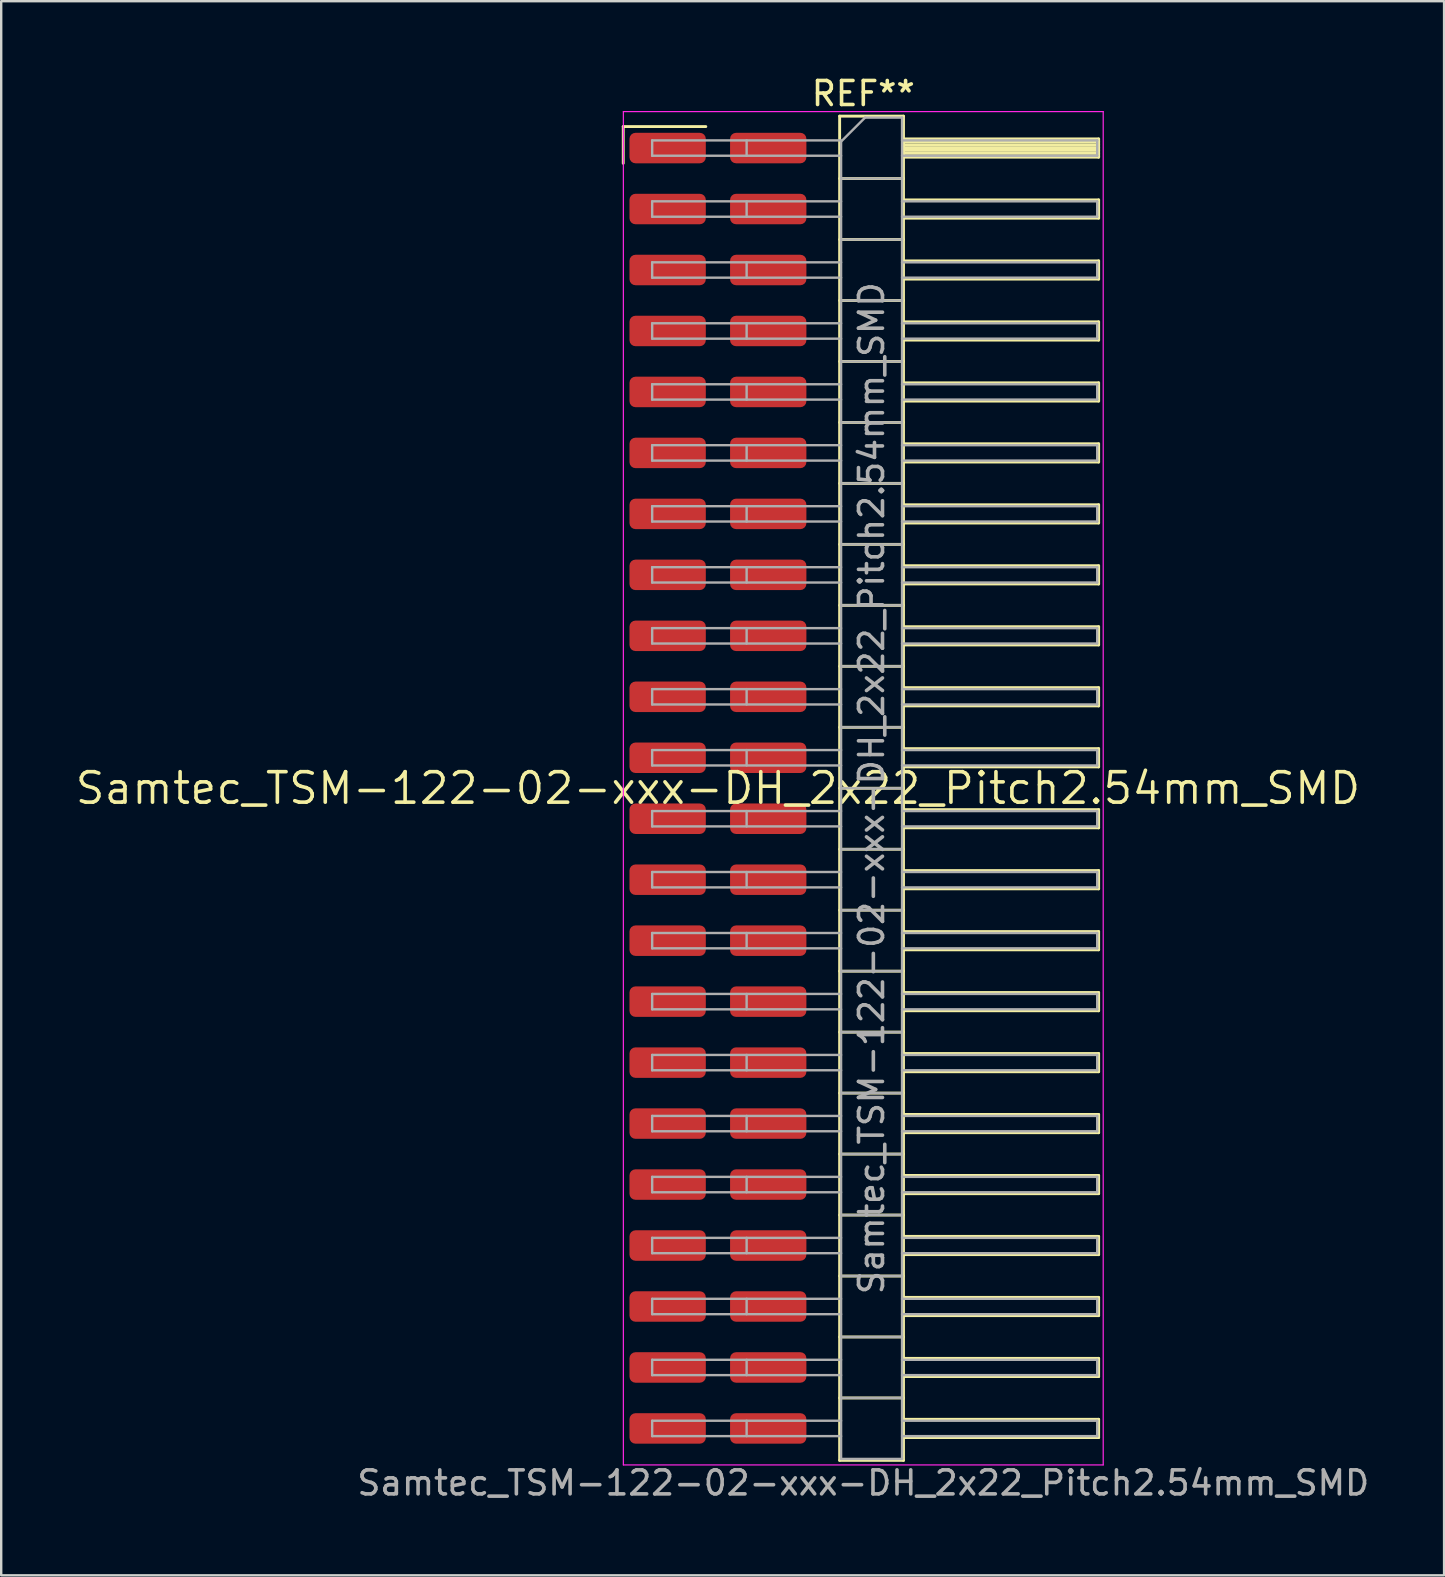
<source format=kicad_pcb>
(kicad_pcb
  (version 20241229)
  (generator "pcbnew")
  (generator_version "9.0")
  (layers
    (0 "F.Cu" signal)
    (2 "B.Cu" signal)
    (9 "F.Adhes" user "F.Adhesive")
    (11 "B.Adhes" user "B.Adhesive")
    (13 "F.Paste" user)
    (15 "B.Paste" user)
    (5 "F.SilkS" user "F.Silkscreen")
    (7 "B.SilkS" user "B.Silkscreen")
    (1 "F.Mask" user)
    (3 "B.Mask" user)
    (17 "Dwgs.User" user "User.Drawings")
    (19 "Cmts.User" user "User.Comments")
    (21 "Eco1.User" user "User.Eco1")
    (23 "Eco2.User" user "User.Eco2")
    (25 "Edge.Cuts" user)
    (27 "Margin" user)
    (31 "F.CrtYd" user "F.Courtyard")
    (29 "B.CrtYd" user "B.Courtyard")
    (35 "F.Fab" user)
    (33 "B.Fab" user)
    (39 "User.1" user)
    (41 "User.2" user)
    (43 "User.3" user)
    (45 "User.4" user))
  (footprint "Samtec_TSM-122-02-xxx-DH_2x22_Pitch2.54mm_SMD"
    (layer "F.Cu")
    (at 26.859 29.788)
    (property "Reference" "Samtec_TSM-122-02-xxx-DH_2x22_Pitch2.54mm_SMD" (at 0 0 0) (layer "F.SilkS") (effects (font (size 1.27 1.27) (thickness 0.15))))
    (attr smd)
    (fp_line (start -3.945 -27.565) (end -0.505 -27.565) (stroke (width 0.12) (type solid)) (layer "F.SilkS"))
    (fp_line (start -3.945 -26.035) (end -3.945 -27.565) (stroke (width 0.12) (type solid)) (layer "F.SilkS"))
    (fp_line (start 5.07 -28) (end 7.73 -28) (stroke (width 0.12) (type solid)) (layer "F.SilkS"))
    (fp_line (start 5.07 -25.4) (end 7.73 -25.4) (stroke (width 0.12) (type solid)) (layer "F.SilkS"))
    (fp_line (start 5.07 -22.86) (end 7.73 -22.86) (stroke (width 0.12) (type solid)) (layer "F.SilkS"))
    (fp_line (start 5.07 -20.32) (end 7.73 -20.32) (stroke (width 0.12) (type solid)) (layer "F.SilkS"))
    (fp_line (start 5.07 -17.78) (end 7.73 -17.78) (stroke (width 0.12) (type solid)) (layer "F.SilkS"))
    (fp_line (start 5.07 -15.24) (end 7.73 -15.24) (stroke (width 0.12) (type solid)) (layer "F.SilkS"))
    (fp_line (start 5.07 -12.7) (end 7.73 -12.7) (stroke (width 0.12) (type solid)) (layer "F.SilkS"))
    (fp_line (start 5.07 -10.16) (end 7.73 -10.16) (stroke (width 0.12) (type solid)) (layer "F.SilkS"))
    (fp_line (start 5.07 -7.62) (end 7.73 -7.62) (stroke (width 0.12) (type solid)) (layer "F.SilkS"))
    (fp_line (start 5.07 -5.08) (end 7.73 -5.08) (stroke (width 0.12) (type solid)) (layer "F.SilkS"))
    (fp_line (start 5.07 -2.54) (end 7.73 -2.54) (stroke (width 0.12) (type solid)) (layer "F.SilkS"))
    (fp_line (start 5.07 0) (end 7.73 0) (stroke (width 0.12) (type solid)) (layer "F.SilkS"))
    (fp_line (start 5.07 2.54) (end 7.73 2.54) (stroke (width 0.12) (type solid)) (layer "F.SilkS"))
    (fp_line (start 5.07 5.08) (end 7.73 5.08) (stroke (width 0.12) (type solid)) (layer "F.SilkS"))
    (fp_line (start 5.07 7.62) (end 7.73 7.62) (stroke (width 0.12) (type solid)) (layer "F.SilkS"))
    (fp_line (start 5.07 10.16) (end 7.73 10.16) (stroke (width 0.12) (type solid)) (layer "F.SilkS"))
    (fp_line (start 5.07 12.7) (end 7.73 12.7) (stroke (width 0.12) (type solid)) (layer "F.SilkS"))
    (fp_line (start 5.07 15.24) (end 7.73 15.24) (stroke (width 0.12) (type solid)) (layer "F.SilkS"))
    (fp_line (start 5.07 17.78) (end 7.73 17.78) (stroke (width 0.12) (type solid)) (layer "F.SilkS"))
    (fp_line (start 5.07 20.32) (end 7.73 20.32) (stroke (width 0.12) (type solid)) (layer "F.SilkS"))
    (fp_line (start 5.07 22.86) (end 7.73 22.86) (stroke (width 0.12) (type solid)) (layer "F.SilkS"))
    (fp_line (start 5.07 25.4) (end 7.73 25.4) (stroke (width 0.12) (type solid)) (layer "F.SilkS"))
    (fp_line (start 5.07 28) (end 5.07 -28) (stroke (width 0.12) (type solid)) (layer "F.SilkS"))
    (fp_line (start 7.73 -28) (end 7.73 28) (stroke (width 0.12) (type solid)) (layer "F.SilkS"))
    (fp_line (start 7.73 -27.05) (end 15.86 -27.05) (stroke (width 0.12) (type solid)) (layer "F.SilkS"))
    (fp_line (start 7.73 -26.93) (end 15.86 -26.93) (stroke (width 0.12) (type solid)) (layer "F.SilkS"))
    (fp_line (start 7.73 -26.81) (end 15.86 -26.81) (stroke (width 0.12) (type solid)) (layer "F.SilkS"))
    (fp_line (start 7.73 -26.69) (end 15.86 -26.69) (stroke (width 0.12) (type solid)) (layer "F.SilkS"))
    (fp_line (start 7.73 -26.57) (end 15.86 -26.57) (stroke (width 0.12) (type solid)) (layer "F.SilkS"))
    (fp_line (start 7.73 -26.45) (end 15.86 -26.45) (stroke (width 0.12) (type solid)) (layer "F.SilkS"))
    (fp_line (start 7.73 -26.33) (end 15.86 -26.33) (stroke (width 0.12) (type solid)) (layer "F.SilkS"))
    (fp_line (start 7.73 -26.29) (end 15.86 -26.29) (stroke (width 0.12) (type solid)) (layer "F.SilkS"))
    (fp_line (start 7.73 -24.51) (end 15.86 -24.51) (stroke (width 0.12) (type solid)) (layer "F.SilkS"))
    (fp_line (start 7.73 -23.75) (end 15.86 -23.75) (stroke (width 0.12) (type solid)) (layer "F.SilkS"))
    (fp_line (start 7.73 -21.97) (end 15.86 -21.97) (stroke (width 0.12) (type solid)) (layer "F.SilkS"))
    (fp_line (start 7.73 -21.21) (end 15.86 -21.21) (stroke (width 0.12) (type solid)) (layer "F.SilkS"))
    (fp_line (start 7.73 -19.43) (end 15.86 -19.43) (stroke (width 0.12) (type solid)) (layer "F.SilkS"))
    (fp_line (start 7.73 -18.67) (end 15.86 -18.67) (stroke (width 0.12) (type solid)) (layer "F.SilkS"))
    (fp_line (start 7.73 -16.89) (end 15.86 -16.89) (stroke (width 0.12) (type solid)) (layer "F.SilkS"))
    (fp_line (start 7.73 -16.13) (end 15.86 -16.13) (stroke (width 0.12) (type solid)) (layer "F.SilkS"))
    (fp_line (start 7.73 -14.35) (end 15.86 -14.35) (stroke (width 0.12) (type solid)) (layer "F.SilkS"))
    (fp_line (start 7.73 -13.59) (end 15.86 -13.59) (stroke (width 0.12) (type solid)) (layer "F.SilkS"))
    (fp_line (start 7.73 -11.81) (end 15.86 -11.81) (stroke (width 0.12) (type solid)) (layer "F.SilkS"))
    (fp_line (start 7.73 -11.05) (end 15.86 -11.05) (stroke (width 0.12) (type solid)) (layer "F.SilkS"))
    (fp_line (start 7.73 -9.27) (end 15.86 -9.27) (stroke (width 0.12) (type solid)) (layer "F.SilkS"))
    (fp_line (start 7.73 -8.51) (end 15.86 -8.51) (stroke (width 0.12) (type solid)) (layer "F.SilkS"))
    (fp_line (start 7.73 -6.73) (end 15.86 -6.73) (stroke (width 0.12) (type solid)) (layer "F.SilkS"))
    (fp_line (start 7.73 -5.97) (end 15.86 -5.97) (stroke (width 0.12) (type solid)) (layer "F.SilkS"))
    (fp_line (start 7.73 -4.19) (end 15.86 -4.19) (stroke (width 0.12) (type solid)) (layer "F.SilkS"))
    (fp_line (start 7.73 -3.43) (end 15.86 -3.43) (stroke (width 0.12) (type solid)) (layer "F.SilkS"))
    (fp_line (start 7.73 -1.65) (end 15.86 -1.65) (stroke (width 0.12) (type solid)) (layer "F.SilkS"))
    (fp_line (start 7.73 -0.89) (end 15.86 -0.89) (stroke (width 0.12) (type solid)) (layer "F.SilkS"))
    (fp_line (start 7.73 0.89) (end 15.86 0.89) (stroke (width 0.12) (type solid)) (layer "F.SilkS"))
    (fp_line (start 7.73 1.65) (end 15.86 1.65) (stroke (width 0.12) (type solid)) (layer "F.SilkS"))
    (fp_line (start 7.73 3.43) (end 15.86 3.43) (stroke (width 0.12) (type solid)) (layer "F.SilkS"))
    (fp_line (start 7.73 4.19) (end 15.86 4.19) (stroke (width 0.12) (type solid)) (layer "F.SilkS"))
    (fp_line (start 7.73 5.97) (end 15.86 5.97) (stroke (width 0.12) (type solid)) (layer "F.SilkS"))
    (fp_line (start 7.73 6.73) (end 15.86 6.73) (stroke (width 0.12) (type solid)) (layer "F.SilkS"))
    (fp_line (start 7.73 8.51) (end 15.86 8.51) (stroke (width 0.12) (type solid)) (layer "F.SilkS"))
    (fp_line (start 7.73 9.27) (end 15.86 9.27) (stroke (width 0.12) (type solid)) (layer "F.SilkS"))
    (fp_line (start 7.73 11.05) (end 15.86 11.05) (stroke (width 0.12) (type solid)) (layer "F.SilkS"))
    (fp_line (start 7.73 11.81) (end 15.86 11.81) (stroke (width 0.12) (type solid)) (layer "F.SilkS"))
    (fp_line (start 7.73 13.59) (end 15.86 13.59) (stroke (width 0.12) (type solid)) (layer "F.SilkS"))
    (fp_line (start 7.73 14.35) (end 15.86 14.35) (stroke (width 0.12) (type solid)) (layer "F.SilkS"))
    (fp_line (start 7.73 16.13) (end 15.86 16.13) (stroke (width 0.12) (type solid)) (layer "F.SilkS"))
    (fp_line (start 7.73 16.89) (end 15.86 16.89) (stroke (width 0.12) (type solid)) (layer "F.SilkS"))
    (fp_line (start 7.73 18.67) (end 15.86 18.67) (stroke (width 0.12) (type solid)) (layer "F.SilkS"))
    (fp_line (start 7.73 19.43) (end 15.86 19.43) (stroke (width 0.12) (type solid)) (layer "F.SilkS"))
    (fp_line (start 7.73 21.21) (end 15.86 21.21) (stroke (width 0.12) (type solid)) (layer "F.SilkS"))
    (fp_line (start 7.73 21.97) (end 15.86 21.97) (stroke (width 0.12) (type solid)) (layer "F.SilkS"))
    (fp_line (start 7.73 23.75) (end 15.86 23.75) (stroke (width 0.12) (type solid)) (layer "F.SilkS"))
    (fp_line (start 7.73 24.51) (end 15.86 24.51) (stroke (width 0.12) (type solid)) (layer "F.SilkS"))
    (fp_line (start 7.73 26.29) (end 15.86 26.29) (stroke (width 0.12) (type solid)) (layer "F.SilkS"))
    (fp_line (start 7.73 27.05) (end 15.86 27.05) (stroke (width 0.12) (type solid)) (layer "F.SilkS"))
    (fp_line (start 7.73 28) (end 5.07 28) (stroke (width 0.12) (type solid)) (layer "F.SilkS"))
    (fp_line (start 15.86 -27.05) (end 15.86 -26.29) (stroke (width 0.12) (type solid)) (layer "F.SilkS"))
    (fp_line (start 15.86 -24.51) (end 15.86 -23.75) (stroke (width 0.12) (type solid)) (layer "F.SilkS"))
    (fp_line (start 15.86 -21.97) (end 15.86 -21.21) (stroke (width 0.12) (type solid)) (layer "F.SilkS"))
    (fp_line (start 15.86 -19.43) (end 15.86 -18.67) (stroke (width 0.12) (type solid)) (layer "F.SilkS"))
    (fp_line (start 15.86 -16.89) (end 15.86 -16.13) (stroke (width 0.12) (type solid)) (layer "F.SilkS"))
    (fp_line (start 15.86 -14.35) (end 15.86 -13.59) (stroke (width 0.12) (type solid)) (layer "F.SilkS"))
    (fp_line (start 15.86 -11.81) (end 15.86 -11.05) (stroke (width 0.12) (type solid)) (layer "F.SilkS"))
    (fp_line (start 15.86 -9.27) (end 15.86 -8.51) (stroke (width 0.12) (type solid)) (layer "F.SilkS"))
    (fp_line (start 15.86 -6.73) (end 15.86 -5.97) (stroke (width 0.12) (type solid)) (layer "F.SilkS"))
    (fp_line (start 15.86 -4.19) (end 15.86 -3.43) (stroke (width 0.12) (type solid)) (layer "F.SilkS"))
    (fp_line (start 15.86 -1.65) (end 15.86 -0.89) (stroke (width 0.12) (type solid)) (layer "F.SilkS"))
    (fp_line (start 15.86 0.89) (end 15.86 1.65) (stroke (width 0.12) (type solid)) (layer "F.SilkS"))
    (fp_line (start 15.86 3.43) (end 15.86 4.19) (stroke (width 0.12) (type solid)) (layer "F.SilkS"))
    (fp_line (start 15.86 5.97) (end 15.86 6.73) (stroke (width 0.12) (type solid)) (layer "F.SilkS"))
    (fp_line (start 15.86 8.51) (end 15.86 9.27) (stroke (width 0.12) (type solid)) (layer "F.SilkS"))
    (fp_line (start 15.86 11.05) (end 15.86 11.81) (stroke (width 0.12) (type solid)) (layer "F.SilkS"))
    (fp_line (start 15.86 13.59) (end 15.86 14.35) (stroke (width 0.12) (type solid)) (layer "F.SilkS"))
    (fp_line (start 15.86 16.13) (end 15.86 16.89) (stroke (width 0.12) (type solid)) (layer "F.SilkS"))
    (fp_line (start 15.86 18.67) (end 15.86 19.43) (stroke (width 0.12) (type solid)) (layer "F.SilkS"))
    (fp_line (start 15.86 21.21) (end 15.86 21.97) (stroke (width 0.12) (type solid)) (layer "F.SilkS"))
    (fp_line (start 15.86 23.75) (end 15.86 24.51) (stroke (width 0.12) (type solid)) (layer "F.SilkS"))
    (fp_line (start 15.86 26.29) (end 15.86 27.05) (stroke (width 0.12) (type solid)) (layer "F.SilkS"))
    (fp_line (start -3.94 -28.19) (end 16.05 -28.19) (stroke (width 0.05) (type solid)) (layer "F.CrtYd"))
    (fp_line (start -3.94 28.19) (end -3.94 -28.19) (stroke (width 0.05) (type solid)) (layer "F.CrtYd"))
    (fp_line (start 16.05 -28.19) (end 16.05 28.19) (stroke (width 0.05) (type solid)) (layer "F.CrtYd"))
    (fp_line (start 16.05 28.19) (end -3.94 28.19) (stroke (width 0.05) (type solid)) (layer "F.CrtYd"))
    (fp_line (start -2.74 -26.99) (end -2.74 -26.35) (stroke (width 0.1) (type solid)) (layer "F.Fab"))
    (fp_line (start -2.74 -26.99) (end 5.13 -26.99) (stroke (width 0.1) (type solid)) (layer "F.Fab"))
    (fp_line (start -2.74 -26.35) (end 5.13 -26.35) (stroke (width 0.1) (type solid)) (layer "F.Fab"))
    (fp_line (start -2.74 -24.45) (end -2.74 -23.81) (stroke (width 0.1) (type solid)) (layer "F.Fab"))
    (fp_line (start -2.74 -24.45) (end 5.13 -24.45) (stroke (width 0.1) (type solid)) (layer "F.Fab"))
    (fp_line (start -2.74 -23.81) (end 5.13 -23.81) (stroke (width 0.1) (type solid)) (layer "F.Fab"))
    (fp_line (start -2.74 -21.91) (end -2.74 -21.27) (stroke (width 0.1) (type solid)) (layer "F.Fab"))
    (fp_line (start -2.74 -21.91) (end 5.13 -21.91) (stroke (width 0.1) (type solid)) (layer "F.Fab"))
    (fp_line (start -2.74 -21.27) (end 5.13 -21.27) (stroke (width 0.1) (type solid)) (layer "F.Fab"))
    (fp_line (start -2.74 -19.37) (end -2.74 -18.73) (stroke (width 0.1) (type solid)) (layer "F.Fab"))
    (fp_line (start -2.74 -19.37) (end 5.13 -19.37) (stroke (width 0.1) (type solid)) (layer "F.Fab"))
    (fp_line (start -2.74 -18.73) (end 5.13 -18.73) (stroke (width 0.1) (type solid)) (layer "F.Fab"))
    (fp_line (start -2.74 -16.83) (end -2.74 -16.19) (stroke (width 0.1) (type solid)) (layer "F.Fab"))
    (fp_line (start -2.74 -16.83) (end 5.13 -16.83) (stroke (width 0.1) (type solid)) (layer "F.Fab"))
    (fp_line (start -2.74 -16.19) (end 5.13 -16.19) (stroke (width 0.1) (type solid)) (layer "F.Fab"))
    (fp_line (start -2.74 -14.29) (end -2.74 -13.65) (stroke (width 0.1) (type solid)) (layer "F.Fab"))
    (fp_line (start -2.74 -14.29) (end 5.13 -14.29) (stroke (width 0.1) (type solid)) (layer "F.Fab"))
    (fp_line (start -2.74 -13.65) (end 5.13 -13.65) (stroke (width 0.1) (type solid)) (layer "F.Fab"))
    (fp_line (start -2.74 -11.75) (end -2.74 -11.11) (stroke (width 0.1) (type solid)) (layer "F.Fab"))
    (fp_line (start -2.74 -11.75) (end 5.13 -11.75) (stroke (width 0.1) (type solid)) (layer "F.Fab"))
    (fp_line (start -2.74 -11.11) (end 5.13 -11.11) (stroke (width 0.1) (type solid)) (layer "F.Fab"))
    (fp_line (start -2.74 -9.21) (end -2.74 -8.57) (stroke (width 0.1) (type solid)) (layer "F.Fab"))
    (fp_line (start -2.74 -9.21) (end 5.13 -9.21) (stroke (width 0.1) (type solid)) (layer "F.Fab"))
    (fp_line (start -2.74 -8.57) (end 5.13 -8.57) (stroke (width 0.1) (type solid)) (layer "F.Fab"))
    (fp_line (start -2.74 -6.67) (end -2.74 -6.03) (stroke (width 0.1) (type solid)) (layer "F.Fab"))
    (fp_line (start -2.74 -6.67) (end 5.13 -6.67) (stroke (width 0.1) (type solid)) (layer "F.Fab"))
    (fp_line (start -2.74 -6.03) (end 5.13 -6.03) (stroke (width 0.1) (type solid)) (layer "F.Fab"))
    (fp_line (start -2.74 -4.13) (end -2.74 -3.49) (stroke (width 0.1) (type solid)) (layer "F.Fab"))
    (fp_line (start -2.74 -4.13) (end 5.13 -4.13) (stroke (width 0.1) (type solid)) (layer "F.Fab"))
    (fp_line (start -2.74 -3.49) (end 5.13 -3.49) (stroke (width 0.1) (type solid)) (layer "F.Fab"))
    (fp_line (start -2.74 -1.59) (end -2.74 -0.95) (stroke (width 0.1) (type solid)) (layer "F.Fab"))
    (fp_line (start -2.74 -1.59) (end 5.13 -1.59) (stroke (width 0.1) (type solid)) (layer "F.Fab"))
    (fp_line (start -2.74 -0.95) (end 5.13 -0.95) (stroke (width 0.1) (type solid)) (layer "F.Fab"))
    (fp_line (start -2.74 0.95) (end -2.74 1.59) (stroke (width 0.1) (type solid)) (layer "F.Fab"))
    (fp_line (start -2.74 0.95) (end 5.13 0.95) (stroke (width 0.1) (type solid)) (layer "F.Fab"))
    (fp_line (start -2.74 1.59) (end 5.13 1.59) (stroke (width 0.1) (type solid)) (layer "F.Fab"))
    (fp_line (start -2.74 3.49) (end -2.74 4.13) (stroke (width 0.1) (type solid)) (layer "F.Fab"))
    (fp_line (start -2.74 3.49) (end 5.13 3.49) (stroke (width 0.1) (type solid)) (layer "F.Fab"))
    (fp_line (start -2.74 4.13) (end 5.13 4.13) (stroke (width 0.1) (type solid)) (layer "F.Fab"))
    (fp_line (start -2.74 6.03) (end -2.74 6.67) (stroke (width 0.1) (type solid)) (layer "F.Fab"))
    (fp_line (start -2.74 6.03) (end 5.13 6.03) (stroke (width 0.1) (type solid)) (layer "F.Fab"))
    (fp_line (start -2.74 6.67) (end 5.13 6.67) (stroke (width 0.1) (type solid)) (layer "F.Fab"))
    (fp_line (start -2.74 8.57) (end -2.74 9.21) (stroke (width 0.1) (type solid)) (layer "F.Fab"))
    (fp_line (start -2.74 8.57) (end 5.13 8.57) (stroke (width 0.1) (type solid)) (layer "F.Fab"))
    (fp_line (start -2.74 9.21) (end 5.13 9.21) (stroke (width 0.1) (type solid)) (layer "F.Fab"))
    (fp_line (start -2.74 11.11) (end -2.74 11.75) (stroke (width 0.1) (type solid)) (layer "F.Fab"))
    (fp_line (start -2.74 11.11) (end 5.13 11.11) (stroke (width 0.1) (type solid)) (layer "F.Fab"))
    (fp_line (start -2.74 11.75) (end 5.13 11.75) (stroke (width 0.1) (type solid)) (layer "F.Fab"))
    (fp_line (start -2.74 13.65) (end -2.74 14.29) (stroke (width 0.1) (type solid)) (layer "F.Fab"))
    (fp_line (start -2.74 13.65) (end 5.13 13.65) (stroke (width 0.1) (type solid)) (layer "F.Fab"))
    (fp_line (start -2.74 14.29) (end 5.13 14.29) (stroke (width 0.1) (type solid)) (layer "F.Fab"))
    (fp_line (start -2.74 16.19) (end -2.74 16.83) (stroke (width 0.1) (type solid)) (layer "F.Fab"))
    (fp_line (start -2.74 16.19) (end 5.13 16.19) (stroke (width 0.1) (type solid)) (layer "F.Fab"))
    (fp_line (start -2.74 16.83) (end 5.13 16.83) (stroke (width 0.1) (type solid)) (layer "F.Fab"))
    (fp_line (start -2.74 18.73) (end -2.74 19.37) (stroke (width 0.1) (type solid)) (layer "F.Fab"))
    (fp_line (start -2.74 18.73) (end 5.13 18.73) (stroke (width 0.1) (type solid)) (layer "F.Fab"))
    (fp_line (start -2.74 19.37) (end 5.13 19.37) (stroke (width 0.1) (type solid)) (layer "F.Fab"))
    (fp_line (start -2.74 21.27) (end -2.74 21.91) (stroke (width 0.1) (type solid)) (layer "F.Fab"))
    (fp_line (start -2.74 21.27) (end 5.13 21.27) (stroke (width 0.1) (type solid)) (layer "F.Fab"))
    (fp_line (start -2.74 21.91) (end 5.13 21.91) (stroke (width 0.1) (type solid)) (layer "F.Fab"))
    (fp_line (start -2.74 23.81) (end -2.74 24.45) (stroke (width 0.1) (type solid)) (layer "F.Fab"))
    (fp_line (start -2.74 23.81) (end 5.13 23.81) (stroke (width 0.1) (type solid)) (layer "F.Fab"))
    (fp_line (start -2.74 24.45) (end 5.13 24.45) (stroke (width 0.1) (type solid)) (layer "F.Fab"))
    (fp_line (start -2.74 26.35) (end -2.74 26.99) (stroke (width 0.1) (type solid)) (layer "F.Fab"))
    (fp_line (start -2.74 26.35) (end 5.13 26.35) (stroke (width 0.1) (type solid)) (layer "F.Fab"))
    (fp_line (start -2.74 26.99) (end 5.13 26.99) (stroke (width 0.1) (type solid)) (layer "F.Fab"))
    (fp_line (start 1.195 -26.99) (end 1.195 -26.35) (stroke (width 0.1) (type solid)) (layer "F.Fab"))
    (fp_line (start 1.195 -24.45) (end 1.195 -23.81) (stroke (width 0.1) (type solid)) (layer "F.Fab"))
    (fp_line (start 1.195 -21.91) (end 1.195 -21.27) (stroke (width 0.1) (type solid)) (layer "F.Fab"))
    (fp_line (start 1.195 -19.37) (end 1.195 -18.73) (stroke (width 0.1) (type solid)) (layer "F.Fab"))
    (fp_line (start 1.195 -16.83) (end 1.195 -16.19) (stroke (width 0.1) (type solid)) (layer "F.Fab"))
    (fp_line (start 1.195 -14.29) (end 1.195 -13.65) (stroke (width 0.1) (type solid)) (layer "F.Fab"))
    (fp_line (start 1.195 -11.75) (end 1.195 -11.11) (stroke (width 0.1) (type solid)) (layer "F.Fab"))
    (fp_line (start 1.195 -9.21) (end 1.195 -8.57) (stroke (width 0.1) (type solid)) (layer "F.Fab"))
    (fp_line (start 1.195 -6.67) (end 1.195 -6.03) (stroke (width 0.1) (type solid)) (layer "F.Fab"))
    (fp_line (start 1.195 -4.13) (end 1.195 -3.49) (stroke (width 0.1) (type solid)) (layer "F.Fab"))
    (fp_line (start 1.195 -1.59) (end 1.195 -0.95) (stroke (width 0.1) (type solid)) (layer "F.Fab"))
    (fp_line (start 1.195 0.95) (end 1.195 1.59) (stroke (width 0.1) (type solid)) (layer "F.Fab"))
    (fp_line (start 1.195 3.49) (end 1.195 4.13) (stroke (width 0.1) (type solid)) (layer "F.Fab"))
    (fp_line (start 1.195 6.03) (end 1.195 6.67) (stroke (width 0.1) (type solid)) (layer "F.Fab"))
    (fp_line (start 1.195 8.57) (end 1.195 9.21) (stroke (width 0.1) (type solid)) (layer "F.Fab"))
    (fp_line (start 1.195 11.11) (end 1.195 11.75) (stroke (width 0.1) (type solid)) (layer "F.Fab"))
    (fp_line (start 1.195 13.65) (end 1.195 14.29) (stroke (width 0.1) (type solid)) (layer "F.Fab"))
    (fp_line (start 1.195 16.19) (end 1.195 16.83) (stroke (width 0.1) (type solid)) (layer "F.Fab"))
    (fp_line (start 1.195 18.73) (end 1.195 19.37) (stroke (width 0.1) (type solid)) (layer "F.Fab"))
    (fp_line (start 1.195 21.27) (end 1.195 21.91) (stroke (width 0.1) (type solid)) (layer "F.Fab"))
    (fp_line (start 1.195 23.81) (end 1.195 24.45) (stroke (width 0.1) (type solid)) (layer "F.Fab"))
    (fp_line (start 1.195 26.35) (end 1.195 26.99) (stroke (width 0.1) (type solid)) (layer "F.Fab"))
    (fp_line (start 5.13 -26.94) (end 6.13 -27.94) (stroke (width 0.1) (type solid)) (layer "F.Fab"))
    (fp_line (start 5.13 -25.4) (end 7.67 -25.4) (stroke (width 0.1) (type solid)) (layer "F.Fab"))
    (fp_line (start 5.13 -22.86) (end 7.67 -22.86) (stroke (width 0.1) (type solid)) (layer "F.Fab"))
    (fp_line (start 5.13 -20.32) (end 7.67 -20.32) (stroke (width 0.1) (type solid)) (layer "F.Fab"))
    (fp_line (start 5.13 -17.78) (end 7.67 -17.78) (stroke (width 0.1) (type solid)) (layer "F.Fab"))
    (fp_line (start 5.13 -15.24) (end 7.67 -15.24) (stroke (width 0.1) (type solid)) (layer "F.Fab"))
    (fp_line (start 5.13 -12.7) (end 7.67 -12.7) (stroke (width 0.1) (type solid)) (layer "F.Fab"))
    (fp_line (start 5.13 -10.16) (end 7.67 -10.16) (stroke (width 0.1) (type solid)) (layer "F.Fab"))
    (fp_line (start 5.13 -7.62) (end 7.67 -7.62) (stroke (width 0.1) (type solid)) (layer "F.Fab"))
    (fp_line (start 5.13 -5.08) (end 7.67 -5.08) (stroke (width 0.1) (type solid)) (layer "F.Fab"))
    (fp_line (start 5.13 -2.54) (end 7.67 -2.54) (stroke (width 0.1) (type solid)) (layer "F.Fab"))
    (fp_line (start 5.13 0) (end 7.67 0) (stroke (width 0.1) (type solid)) (layer "F.Fab"))
    (fp_line (start 5.13 2.54) (end 7.67 2.54) (stroke (width 0.1) (type solid)) (layer "F.Fab"))
    (fp_line (start 5.13 5.08) (end 7.67 5.08) (stroke (width 0.1) (type solid)) (layer "F.Fab"))
    (fp_line (start 5.13 7.62) (end 7.67 7.62) (stroke (width 0.1) (type solid)) (layer "F.Fab"))
    (fp_line (start 5.13 10.16) (end 7.67 10.16) (stroke (width 0.1) (type solid)) (layer "F.Fab"))
    (fp_line (start 5.13 12.7) (end 7.67 12.7) (stroke (width 0.1) (type solid)) (layer "F.Fab"))
    (fp_line (start 5.13 15.24) (end 7.67 15.24) (stroke (width 0.1) (type solid)) (layer "F.Fab"))
    (fp_line (start 5.13 17.78) (end 7.67 17.78) (stroke (width 0.1) (type solid)) (layer "F.Fab"))
    (fp_line (start 5.13 20.32) (end 7.67 20.32) (stroke (width 0.1) (type solid)) (layer "F.Fab"))
    (fp_line (start 5.13 22.86) (end 7.67 22.86) (stroke (width 0.1) (type solid)) (layer "F.Fab"))
    (fp_line (start 5.13 25.4) (end 7.67 25.4) (stroke (width 0.1) (type solid)) (layer "F.Fab"))
    (fp_line (start 5.13 27.94) (end 5.13 -26.94) (stroke (width 0.1) (type solid)) (layer "F.Fab"))
    (fp_line (start 6.13 -27.94) (end 7.67 -27.94) (stroke (width 0.1) (type solid)) (layer "F.Fab"))
    (fp_line (start 7.67 -27.94) (end 7.67 27.94) (stroke (width 0.1) (type solid)) (layer "F.Fab"))
    (fp_line (start 7.67 -26.99) (end 15.8 -26.99) (stroke (width 0.1) (type solid)) (layer "F.Fab"))
    (fp_line (start 7.67 -26.35) (end 15.8 -26.35) (stroke (width 0.1) (type solid)) (layer "F.Fab"))
    (fp_line (start 7.67 -24.45) (end 15.8 -24.45) (stroke (width 0.1) (type solid)) (layer "F.Fab"))
    (fp_line (start 7.67 -23.81) (end 15.8 -23.81) (stroke (width 0.1) (type solid)) (layer "F.Fab"))
    (fp_line (start 7.67 -21.91) (end 15.8 -21.91) (stroke (width 0.1) (type solid)) (layer "F.Fab"))
    (fp_line (start 7.67 -21.27) (end 15.8 -21.27) (stroke (width 0.1) (type solid)) (layer "F.Fab"))
    (fp_line (start 7.67 -19.37) (end 15.8 -19.37) (stroke (width 0.1) (type solid)) (layer "F.Fab"))
    (fp_line (start 7.67 -18.73) (end 15.8 -18.73) (stroke (width 0.1) (type solid)) (layer "F.Fab"))
    (fp_line (start 7.67 -16.83) (end 15.8 -16.83) (stroke (width 0.1) (type solid)) (layer "F.Fab"))
    (fp_line (start 7.67 -16.19) (end 15.8 -16.19) (stroke (width 0.1) (type solid)) (layer "F.Fab"))
    (fp_line (start 7.67 -14.29) (end 15.8 -14.29) (stroke (width 0.1) (type solid)) (layer "F.Fab"))
    (fp_line (start 7.67 -13.65) (end 15.8 -13.65) (stroke (width 0.1) (type solid)) (layer "F.Fab"))
    (fp_line (start 7.67 -11.75) (end 15.8 -11.75) (stroke (width 0.1) (type solid)) (layer "F.Fab"))
    (fp_line (start 7.67 -11.11) (end 15.8 -11.11) (stroke (width 0.1) (type solid)) (layer "F.Fab"))
    (fp_line (start 7.67 -9.21) (end 15.8 -9.21) (stroke (width 0.1) (type solid)) (layer "F.Fab"))
    (fp_line (start 7.67 -8.57) (end 15.8 -8.57) (stroke (width 0.1) (type solid)) (layer "F.Fab"))
    (fp_line (start 7.67 -6.67) (end 15.8 -6.67) (stroke (width 0.1) (type solid)) (layer "F.Fab"))
    (fp_line (start 7.67 -6.03) (end 15.8 -6.03) (stroke (width 0.1) (type solid)) (layer "F.Fab"))
    (fp_line (start 7.67 -4.13) (end 15.8 -4.13) (stroke (width 0.1) (type solid)) (layer "F.Fab"))
    (fp_line (start 7.67 -3.49) (end 15.8 -3.49) (stroke (width 0.1) (type solid)) (layer "F.Fab"))
    (fp_line (start 7.67 -1.59) (end 15.8 -1.59) (stroke (width 0.1) (type solid)) (layer "F.Fab"))
    (fp_line (start 7.67 -0.95) (end 15.8 -0.95) (stroke (width 0.1) (type solid)) (layer "F.Fab"))
    (fp_line (start 7.67 0.95) (end 15.8 0.95) (stroke (width 0.1) (type solid)) (layer "F.Fab"))
    (fp_line (start 7.67 1.59) (end 15.8 1.59) (stroke (width 0.1) (type solid)) (layer "F.Fab"))
    (fp_line (start 7.67 3.49) (end 15.8 3.49) (stroke (width 0.1) (type solid)) (layer "F.Fab"))
    (fp_line (start 7.67 4.13) (end 15.8 4.13) (stroke (width 0.1) (type solid)) (layer "F.Fab"))
    (fp_line (start 7.67 6.03) (end 15.8 6.03) (stroke (width 0.1) (type solid)) (layer "F.Fab"))
    (fp_line (start 7.67 6.67) (end 15.8 6.67) (stroke (width 0.1) (type solid)) (layer "F.Fab"))
    (fp_line (start 7.67 8.57) (end 15.8 8.57) (stroke (width 0.1) (type solid)) (layer "F.Fab"))
    (fp_line (start 7.67 9.21) (end 15.8 9.21) (stroke (width 0.1) (type solid)) (layer "F.Fab"))
    (fp_line (start 7.67 11.11) (end 15.8 11.11) (stroke (width 0.1) (type solid)) (layer "F.Fab"))
    (fp_line (start 7.67 11.75) (end 15.8 11.75) (stroke (width 0.1) (type solid)) (layer "F.Fab"))
    (fp_line (start 7.67 13.65) (end 15.8 13.65) (stroke (width 0.1) (type solid)) (layer "F.Fab"))
    (fp_line (start 7.67 14.29) (end 15.8 14.29) (stroke (width 0.1) (type solid)) (layer "F.Fab"))
    (fp_line (start 7.67 16.19) (end 15.8 16.19) (stroke (width 0.1) (type solid)) (layer "F.Fab"))
    (fp_line (start 7.67 16.83) (end 15.8 16.83) (stroke (width 0.1) (type solid)) (layer "F.Fab"))
    (fp_line (start 7.67 18.73) (end 15.8 18.73) (stroke (width 0.1) (type solid)) (layer "F.Fab"))
    (fp_line (start 7.67 19.37) (end 15.8 19.37) (stroke (width 0.1) (type solid)) (layer "F.Fab"))
    (fp_line (start 7.67 21.27) (end 15.8 21.27) (stroke (width 0.1) (type solid)) (layer "F.Fab"))
    (fp_line (start 7.67 21.91) (end 15.8 21.91) (stroke (width 0.1) (type solid)) (layer "F.Fab"))
    (fp_line (start 7.67 23.81) (end 15.8 23.81) (stroke (width 0.1) (type solid)) (layer "F.Fab"))
    (fp_line (start 7.67 24.45) (end 15.8 24.45) (stroke (width 0.1) (type solid)) (layer "F.Fab"))
    (fp_line (start 7.67 26.35) (end 15.8 26.35) (stroke (width 0.1) (type solid)) (layer "F.Fab"))
    (fp_line (start 7.67 26.99) (end 15.8 26.99) (stroke (width 0.1) (type solid)) (layer "F.Fab"))
    (fp_line (start 7.67 27.94) (end 5.13 27.94) (stroke (width 0.1) (type solid)) (layer "F.Fab"))
    (fp_line (start 15.8 -26.99) (end 15.8 -26.35) (stroke (width 0.1) (type solid)) (layer "F.Fab"))
    (fp_line (start 15.8 -24.45) (end 15.8 -23.81) (stroke (width 0.1) (type solid)) (layer "F.Fab"))
    (fp_line (start 15.8 -21.91) (end 15.8 -21.27) (stroke (width 0.1) (type solid)) (layer "F.Fab"))
    (fp_line (start 15.8 -19.37) (end 15.8 -18.73) (stroke (width 0.1) (type solid)) (layer "F.Fab"))
    (fp_line (start 15.8 -16.83) (end 15.8 -16.19) (stroke (width 0.1) (type solid)) (layer "F.Fab"))
    (fp_line (start 15.8 -14.29) (end 15.8 -13.65) (stroke (width 0.1) (type solid)) (layer "F.Fab"))
    (fp_line (start 15.8 -11.75) (end 15.8 -11.11) (stroke (width 0.1) (type solid)) (layer "F.Fab"))
    (fp_line (start 15.8 -9.21) (end 15.8 -8.57) (stroke (width 0.1) (type solid)) (layer "F.Fab"))
    (fp_line (start 15.8 -6.67) (end 15.8 -6.03) (stroke (width 0.1) (type solid)) (layer "F.Fab"))
    (fp_line (start 15.8 -4.13) (end 15.8 -3.49) (stroke (width 0.1) (type solid)) (layer "F.Fab"))
    (fp_line (start 15.8 -1.59) (end 15.8 -0.95) (stroke (width 0.1) (type solid)) (layer "F.Fab"))
    (fp_line (start 15.8 0.95) (end 15.8 1.59) (stroke (width 0.1) (type solid)) (layer "F.Fab"))
    (fp_line (start 15.8 3.49) (end 15.8 4.13) (stroke (width 0.1) (type solid)) (layer "F.Fab"))
    (fp_line (start 15.8 6.03) (end 15.8 6.67) (stroke (width 0.1) (type solid)) (layer "F.Fab"))
    (fp_line (start 15.8 8.57) (end 15.8 9.21) (stroke (width 0.1) (type solid)) (layer "F.Fab"))
    (fp_line (start 15.8 11.11) (end 15.8 11.75) (stroke (width 0.1) (type solid)) (layer "F.Fab"))
    (fp_line (start 15.8 13.65) (end 15.8 14.29) (stroke (width 0.1) (type solid)) (layer "F.Fab"))
    (fp_line (start 15.8 16.19) (end 15.8 16.83) (stroke (width 0.1) (type solid)) (layer "F.Fab"))
    (fp_line (start 15.8 18.73) (end 15.8 19.37) (stroke (width 0.1) (type solid)) (layer "F.Fab"))
    (fp_line (start 15.8 21.27) (end 15.8 21.91) (stroke (width 0.1) (type solid)) (layer "F.Fab"))
    (fp_line (start 15.8 23.81) (end 15.8 24.45) (stroke (width 0.1) (type solid)) (layer "F.Fab"))
    (fp_line (start 15.8 26.35) (end 15.8 26.99) (stroke (width 0.1) (type solid)) (layer "F.Fab"))
    (fp_text user "REF**" (at 6.055 -28.94 0) (layer "F.SilkS") (effects (font (size 1 1) (thickness 0.15))))
    (fp_text user "Samtec_TSM-122-02-xxx-DH_2x22_Pitch2.54mm_SMD" (at 6.055 28.94 0) (layer "F.Fab") (effects (font (size 1 1) (thickness 0.15))))
    (fp_text user "${REFERENCE}" (at 6.4 0 90) (layer "F.Fab") (effects (font (size 1 1) (thickness 0.15))))
    (pad "1" smd roundrect (at -2.095 -26.67) (size 3.18 1.27) (layers "F.Cu" "F.Mask" "F.Paste") (roundrect_rratio 0.197))
    (pad "2" smd roundrect (at 2.095 -26.67) (size 3.18 1.27) (layers "F.Cu" "F.Mask" "F.Paste") (roundrect_rratio 0.197))
    (pad "3" smd roundrect (at -2.095 -24.13) (size 3.18 1.27) (layers "F.Cu" "F.Mask" "F.Paste") (roundrect_rratio 0.197))
    (pad "4" smd roundrect (at 2.095 -24.13) (size 3.18 1.27) (layers "F.Cu" "F.Mask" "F.Paste") (roundrect_rratio 0.197))
    (pad "5" smd roundrect (at -2.095 -21.59) (size 3.18 1.27) (layers "F.Cu" "F.Mask" "F.Paste") (roundrect_rratio 0.197))
    (pad "6" smd roundrect (at 2.095 -21.59) (size 3.18 1.27) (layers "F.Cu" "F.Mask" "F.Paste") (roundrect_rratio 0.197))
    (pad "7" smd roundrect (at -2.095 -19.05) (size 3.18 1.27) (layers "F.Cu" "F.Mask" "F.Paste") (roundrect_rratio 0.197))
    (pad "8" smd roundrect (at 2.095 -19.05) (size 3.18 1.27) (layers "F.Cu" "F.Mask" "F.Paste") (roundrect_rratio 0.197))
    (pad "9" smd roundrect (at -2.095 -16.51) (size 3.18 1.27) (layers "F.Cu" "F.Mask" "F.Paste") (roundrect_rratio 0.197))
    (pad "10" smd roundrect (at 2.095 -16.51) (size 3.18 1.27) (layers "F.Cu" "F.Mask" "F.Paste") (roundrect_rratio 0.197))
    (pad "11" smd roundrect (at -2.095 -13.97) (size 3.18 1.27) (layers "F.Cu" "F.Mask" "F.Paste") (roundrect_rratio 0.197))
    (pad "12" smd roundrect (at 2.095 -13.97) (size 3.18 1.27) (layers "F.Cu" "F.Mask" "F.Paste") (roundrect_rratio 0.197))
    (pad "13" smd roundrect (at -2.095 -11.43) (size 3.18 1.27) (layers "F.Cu" "F.Mask" "F.Paste") (roundrect_rratio 0.197))
    (pad "14" smd roundrect (at 2.095 -11.43) (size 3.18 1.27) (layers "F.Cu" "F.Mask" "F.Paste") (roundrect_rratio 0.197))
    (pad "15" smd roundrect (at -2.095 -8.89) (size 3.18 1.27) (layers "F.Cu" "F.Mask" "F.Paste") (roundrect_rratio 0.197))
    (pad "16" smd roundrect (at 2.095 -8.89) (size 3.18 1.27) (layers "F.Cu" "F.Mask" "F.Paste") (roundrect_rratio 0.197))
    (pad "17" smd roundrect (at -2.095 -6.35) (size 3.18 1.27) (layers "F.Cu" "F.Mask" "F.Paste") (roundrect_rratio 0.197))
    (pad "18" smd roundrect (at 2.095 -6.35) (size 3.18 1.27) (layers "F.Cu" "F.Mask" "F.Paste") (roundrect_rratio 0.197))
    (pad "19" smd roundrect (at -2.095 -3.81) (size 3.18 1.27) (layers "F.Cu" "F.Mask" "F.Paste") (roundrect_rratio 0.197))
    (pad "20" smd roundrect (at 2.095 -3.81) (size 3.18 1.27) (layers "F.Cu" "F.Mask" "F.Paste") (roundrect_rratio 0.197))
    (pad "21" smd roundrect (at -2.095 -1.27) (size 3.18 1.27) (layers "F.Cu" "F.Mask" "F.Paste") (roundrect_rratio 0.197))
    (pad "22" smd roundrect (at 2.095 -1.27) (size 3.18 1.27) (layers "F.Cu" "F.Mask" "F.Paste") (roundrect_rratio 0.197))
    (pad "23" smd roundrect (at -2.095 1.27) (size 3.18 1.27) (layers "F.Cu" "F.Mask" "F.Paste") (roundrect_rratio 0.197))
    (pad "24" smd roundrect (at 2.095 1.27) (size 3.18 1.27) (layers "F.Cu" "F.Mask" "F.Paste") (roundrect_rratio 0.197))
    (pad "25" smd roundrect (at -2.095 3.81) (size 3.18 1.27) (layers "F.Cu" "F.Mask" "F.Paste") (roundrect_rratio 0.197))
    (pad "26" smd roundrect (at 2.095 3.81) (size 3.18 1.27) (layers "F.Cu" "F.Mask" "F.Paste") (roundrect_rratio 0.197))
    (pad "27" smd roundrect (at -2.095 6.35) (size 3.18 1.27) (layers "F.Cu" "F.Mask" "F.Paste") (roundrect_rratio 0.197))
    (pad "28" smd roundrect (at 2.095 6.35) (size 3.18 1.27) (layers "F.Cu" "F.Mask" "F.Paste") (roundrect_rratio 0.197))
    (pad "29" smd roundrect (at -2.095 8.89) (size 3.18 1.27) (layers "F.Cu" "F.Mask" "F.Paste") (roundrect_rratio 0.197))
    (pad "30" smd roundrect (at 2.095 8.89) (size 3.18 1.27) (layers "F.Cu" "F.Mask" "F.Paste") (roundrect_rratio 0.197))
    (pad "31" smd roundrect (at -2.095 11.43) (size 3.18 1.27) (layers "F.Cu" "F.Mask" "F.Paste") (roundrect_rratio 0.197))
    (pad "32" smd roundrect (at 2.095 11.43) (size 3.18 1.27) (layers "F.Cu" "F.Mask" "F.Paste") (roundrect_rratio 0.197))
    (pad "33" smd roundrect (at -2.095 13.97) (size 3.18 1.27) (layers "F.Cu" "F.Mask" "F.Paste") (roundrect_rratio 0.197))
    (pad "34" smd roundrect (at 2.095 13.97) (size 3.18 1.27) (layers "F.Cu" "F.Mask" "F.Paste") (roundrect_rratio 0.197))
    (pad "35" smd roundrect (at -2.095 16.51) (size 3.18 1.27) (layers "F.Cu" "F.Mask" "F.Paste") (roundrect_rratio 0.197))
    (pad "36" smd roundrect (at 2.095 16.51) (size 3.18 1.27) (layers "F.Cu" "F.Mask" "F.Paste") (roundrect_rratio 0.197))
    (pad "37" smd roundrect (at -2.095 19.05) (size 3.18 1.27) (layers "F.Cu" "F.Mask" "F.Paste") (roundrect_rratio 0.197))
    (pad "38" smd roundrect (at 2.095 19.05) (size 3.18 1.27) (layers "F.Cu" "F.Mask" "F.Paste") (roundrect_rratio 0.197))
    (pad "39" smd roundrect (at -2.095 21.59) (size 3.18 1.27) (layers "F.Cu" "F.Mask" "F.Paste") (roundrect_rratio 0.197))
    (pad "40" smd roundrect (at 2.095 21.59) (size 3.18 1.27) (layers "F.Cu" "F.Mask" "F.Paste") (roundrect_rratio 0.197))
    (pad "41" smd roundrect (at -2.095 24.13) (size 3.18 1.27) (layers "F.Cu" "F.Mask" "F.Paste") (roundrect_rratio 0.197))
    (pad "42" smd roundrect (at 2.095 24.13) (size 3.18 1.27) (layers "F.Cu" "F.Mask" "F.Paste") (roundrect_rratio 0.197))
    (pad "43" smd roundrect (at -2.095 26.67) (size 3.18 1.27) (layers "F.Cu" "F.Mask" "F.Paste") (roundrect_rratio 0.197))
    (pad "44" smd roundrect (at 2.095 26.67) (size 3.18 1.27) (layers "F.Cu" "F.Mask" "F.Paste") (roundrect_rratio 0.197)))
  (gr_rect
    (start -3 -3)
    (end 57.11 62.577)
    (stroke (width 0.1) (type default))
    (fill no)
    (layer "Edge.Cuts")))
</source>
